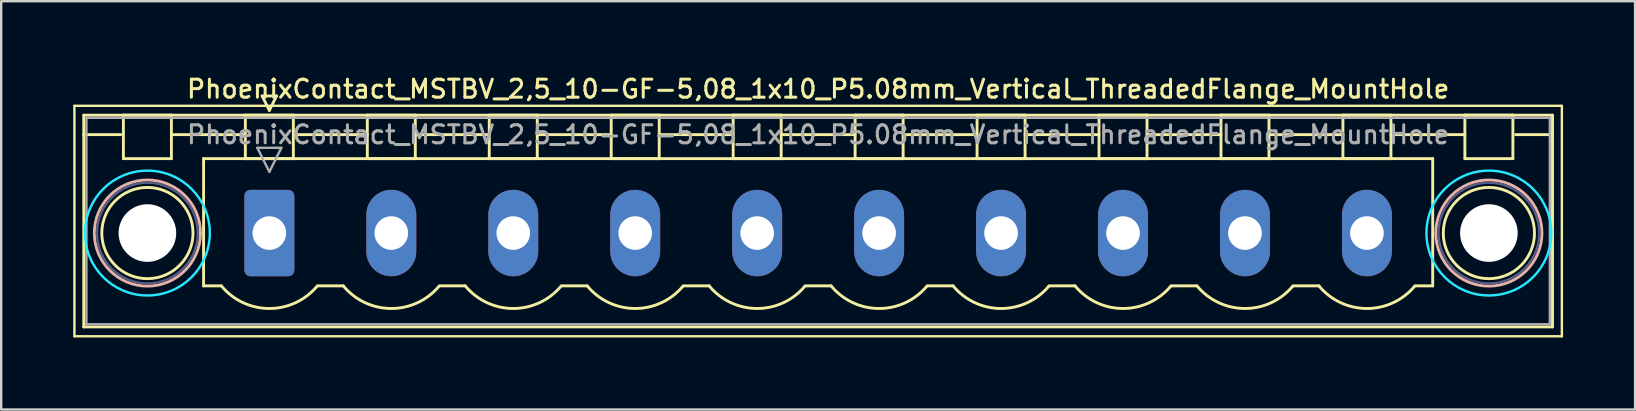
<source format=kicad_pcb>
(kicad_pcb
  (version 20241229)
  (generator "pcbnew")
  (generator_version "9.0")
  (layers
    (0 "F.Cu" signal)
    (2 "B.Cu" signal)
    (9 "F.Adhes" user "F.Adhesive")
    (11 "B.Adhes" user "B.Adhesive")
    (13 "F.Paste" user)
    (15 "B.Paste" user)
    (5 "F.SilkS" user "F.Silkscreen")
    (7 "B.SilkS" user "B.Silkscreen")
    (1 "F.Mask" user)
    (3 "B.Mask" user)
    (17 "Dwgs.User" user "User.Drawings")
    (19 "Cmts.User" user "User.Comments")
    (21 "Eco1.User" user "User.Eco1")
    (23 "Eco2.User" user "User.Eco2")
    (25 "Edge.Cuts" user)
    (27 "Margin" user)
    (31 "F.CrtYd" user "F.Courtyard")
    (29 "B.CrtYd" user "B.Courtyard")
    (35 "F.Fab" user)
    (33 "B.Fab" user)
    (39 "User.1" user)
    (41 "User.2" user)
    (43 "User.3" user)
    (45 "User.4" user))
  (footprint "PhoenixContact_MSTBV_2,5_10-GF-5,08_1x10_P5.08mm_Vertical_ThreadedFlange_MountHole"
    (layer "F.Cu")
    (at 8.17 6.658)
    (property "Reference" "PhoenixContact_MSTBV_2,5_10-GF-5,08_1x10_P5.08mm_Vertical_ThreadedFlange_MountHole" (at 22.86 -6 0) (layer "F.SilkS") (effects (font (size 0.75 0.75) (thickness 0.125))))
    (attr through_hole)
    (fp_line (start -8.12 -5.3) (end -8.12 4.3) (stroke (width 0.1) (type solid)) (layer "F.SilkS"))
    (fp_line (start -8.12 4.3) (end 53.84 4.3) (stroke (width 0.1) (type solid)) (layer "F.SilkS"))
    (fp_line (start -7.73 -4.91) (end -7.73 3.91) (stroke (width 0.12) (type solid)) (layer "F.SilkS"))
    (fp_line (start -7.73 -4.1) (end -6.19 -4.1) (stroke (width 0.12) (type solid)) (layer "F.SilkS"))
    (fp_line (start -7.73 3.91) (end 53.45 3.91) (stroke (width 0.12) (type solid)) (layer "F.SilkS"))
    (fp_line (start -6.08 -4.91) (end -4.08 -4.91) (stroke (width 0.12) (type solid)) (layer "F.SilkS"))
    (fp_line (start -6.08 -3.1) (end -6.08 -4.91) (stroke (width 0.12) (type solid)) (layer "F.SilkS"))
    (fp_line (start -4.08 -4.91) (end -4.08 -3.1) (stroke (width 0.12) (type solid)) (layer "F.SilkS"))
    (fp_line (start -4.08 -4.1) (end -1 -4.1) (stroke (width 0.12) (type solid)) (layer "F.SilkS"))
    (fp_line (start -4.08 -3.1) (end -6.08 -3.1) (stroke (width 0.12) (type solid)) (layer "F.SilkS"))
    (fp_line (start -2.74 -3.1) (end 48.46 -3.1) (stroke (width 0.12) (type solid)) (layer "F.SilkS"))
    (fp_line (start -2.74 2.2) (end -2.74 -3.1) (stroke (width 0.12) (type solid)) (layer "F.SilkS"))
    (fp_line (start -2 2.2) (end -2.74 2.2) (stroke (width 0.12) (type solid)) (layer "F.SilkS"))
    (fp_line (start -1 -4.91) (end 1 -4.91) (stroke (width 0.12) (type solid)) (layer "F.SilkS"))
    (fp_line (start -1 -3.1) (end -1 -4.91) (stroke (width 0.12) (type solid)) (layer "F.SilkS"))
    (fp_line (start -0.3 -5.71) (end 0.3 -5.71) (stroke (width 0.12) (type solid)) (layer "F.SilkS"))
    (fp_line (start 0 -5.11) (end -0.3 -5.71) (stroke (width 0.12) (type solid)) (layer "F.SilkS"))
    (fp_line (start 0.3 -5.71) (end 0 -5.11) (stroke (width 0.12) (type solid)) (layer "F.SilkS"))
    (fp_line (start 1 -4.91) (end 1 -3.1) (stroke (width 0.12) (type solid)) (layer "F.SilkS"))
    (fp_line (start 1 -4.1) (end 4.08 -4.1) (stroke (width 0.12) (type solid)) (layer "F.SilkS"))
    (fp_line (start 1 -3.1) (end -1 -3.1) (stroke (width 0.12) (type solid)) (layer "F.SilkS"))
    (fp_line (start 2 2.2) (end 3.08 2.2) (stroke (width 0.12) (type solid)) (layer "F.SilkS"))
    (fp_line (start 4.08 -4.91) (end 6.08 -4.91) (stroke (width 0.12) (type solid)) (layer "F.SilkS"))
    (fp_line (start 4.08 -3.1) (end 4.08 -4.91) (stroke (width 0.12) (type solid)) (layer "F.SilkS"))
    (fp_line (start 6.08 -4.91) (end 6.08 -3.1) (stroke (width 0.12) (type solid)) (layer "F.SilkS"))
    (fp_line (start 6.08 -4.1) (end 9.16 -4.1) (stroke (width 0.12) (type solid)) (layer "F.SilkS"))
    (fp_line (start 6.08 -3.1) (end 4.08 -3.1) (stroke (width 0.12) (type solid)) (layer "F.SilkS"))
    (fp_line (start 7.08 2.2) (end 8.16 2.2) (stroke (width 0.12) (type solid)) (layer "F.SilkS"))
    (fp_line (start 9.16 -4.91) (end 11.16 -4.91) (stroke (width 0.12) (type solid)) (layer "F.SilkS"))
    (fp_line (start 9.16 -3.1) (end 9.16 -4.91) (stroke (width 0.12) (type solid)) (layer "F.SilkS"))
    (fp_line (start 11.16 -4.91) (end 11.16 -3.1) (stroke (width 0.12) (type solid)) (layer "F.SilkS"))
    (fp_line (start 11.16 -4.1) (end 14.24 -4.1) (stroke (width 0.12) (type solid)) (layer "F.SilkS"))
    (fp_line (start 11.16 -3.1) (end 9.16 -3.1) (stroke (width 0.12) (type solid)) (layer "F.SilkS"))
    (fp_line (start 12.16 2.2) (end 13.24 2.2) (stroke (width 0.12) (type solid)) (layer "F.SilkS"))
    (fp_line (start 14.24 -4.91) (end 16.24 -4.91) (stroke (width 0.12) (type solid)) (layer "F.SilkS"))
    (fp_line (start 14.24 -3.1) (end 14.24 -4.91) (stroke (width 0.12) (type solid)) (layer "F.SilkS"))
    (fp_line (start 16.24 -4.91) (end 16.24 -3.1) (stroke (width 0.12) (type solid)) (layer "F.SilkS"))
    (fp_line (start 16.24 -4.1) (end 19.32 -4.1) (stroke (width 0.12) (type solid)) (layer "F.SilkS"))
    (fp_line (start 16.24 -3.1) (end 14.24 -3.1) (stroke (width 0.12) (type solid)) (layer "F.SilkS"))
    (fp_line (start 17.24 2.2) (end 18.32 2.2) (stroke (width 0.12) (type solid)) (layer "F.SilkS"))
    (fp_line (start 19.32 -4.91) (end 21.32 -4.91) (stroke (width 0.12) (type solid)) (layer "F.SilkS"))
    (fp_line (start 19.32 -3.1) (end 19.32 -4.91) (stroke (width 0.12) (type solid)) (layer "F.SilkS"))
    (fp_line (start 21.32 -4.91) (end 21.32 -3.1) (stroke (width 0.12) (type solid)) (layer "F.SilkS"))
    (fp_line (start 21.32 -4.1) (end 24.4 -4.1) (stroke (width 0.12) (type solid)) (layer "F.SilkS"))
    (fp_line (start 21.32 -3.1) (end 19.32 -3.1) (stroke (width 0.12) (type solid)) (layer "F.SilkS"))
    (fp_line (start 22.32 2.2) (end 23.4 2.2) (stroke (width 0.12) (type solid)) (layer "F.SilkS"))
    (fp_line (start 24.4 -4.91) (end 26.4 -4.91) (stroke (width 0.12) (type solid)) (layer "F.SilkS"))
    (fp_line (start 24.4 -3.1) (end 24.4 -4.91) (stroke (width 0.12) (type solid)) (layer "F.SilkS"))
    (fp_line (start 26.4 -4.91) (end 26.4 -3.1) (stroke (width 0.12) (type solid)) (layer "F.SilkS"))
    (fp_line (start 26.4 -4.1) (end 29.48 -4.1) (stroke (width 0.12) (type solid)) (layer "F.SilkS"))
    (fp_line (start 26.4 -3.1) (end 24.4 -3.1) (stroke (width 0.12) (type solid)) (layer "F.SilkS"))
    (fp_line (start 27.4 2.2) (end 28.48 2.2) (stroke (width 0.12) (type solid)) (layer "F.SilkS"))
    (fp_line (start 29.48 -4.91) (end 31.48 -4.91) (stroke (width 0.12) (type solid)) (layer "F.SilkS"))
    (fp_line (start 29.48 -3.1) (end 29.48 -4.91) (stroke (width 0.12) (type solid)) (layer "F.SilkS"))
    (fp_line (start 31.48 -4.91) (end 31.48 -3.1) (stroke (width 0.12) (type solid)) (layer "F.SilkS"))
    (fp_line (start 31.48 -4.1) (end 34.56 -4.1) (stroke (width 0.12) (type solid)) (layer "F.SilkS"))
    (fp_line (start 31.48 -3.1) (end 29.48 -3.1) (stroke (width 0.12) (type solid)) (layer "F.SilkS"))
    (fp_line (start 32.48 2.2) (end 33.56 2.2) (stroke (width 0.12) (type solid)) (layer "F.SilkS"))
    (fp_line (start 34.56 -4.91) (end 36.56 -4.91) (stroke (width 0.12) (type solid)) (layer "F.SilkS"))
    (fp_line (start 34.56 -3.1) (end 34.56 -4.91) (stroke (width 0.12) (type solid)) (layer "F.SilkS"))
    (fp_line (start 36.56 -4.91) (end 36.56 -3.1) (stroke (width 0.12) (type solid)) (layer "F.SilkS"))
    (fp_line (start 36.56 -4.1) (end 39.64 -4.1) (stroke (width 0.12) (type solid)) (layer "F.SilkS"))
    (fp_line (start 36.56 -3.1) (end 34.56 -3.1) (stroke (width 0.12) (type solid)) (layer "F.SilkS"))
    (fp_line (start 37.56 2.2) (end 38.64 2.2) (stroke (width 0.12) (type solid)) (layer "F.SilkS"))
    (fp_line (start 39.64 -4.91) (end 41.64 -4.91) (stroke (width 0.12) (type solid)) (layer "F.SilkS"))
    (fp_line (start 39.64 -3.1) (end 39.64 -4.91) (stroke (width 0.12) (type solid)) (layer "F.SilkS"))
    (fp_line (start 41.64 -4.91) (end 41.64 -3.1) (stroke (width 0.12) (type solid)) (layer "F.SilkS"))
    (fp_line (start 41.64 -4.1) (end 44.72 -4.1) (stroke (width 0.12) (type solid)) (layer "F.SilkS"))
    (fp_line (start 41.64 -3.1) (end 39.64 -3.1) (stroke (width 0.12) (type solid)) (layer "F.SilkS"))
    (fp_line (start 42.64 2.2) (end 43.72 2.2) (stroke (width 0.12) (type solid)) (layer "F.SilkS"))
    (fp_line (start 44.72 -4.91) (end 46.72 -4.91) (stroke (width 0.12) (type solid)) (layer "F.SilkS"))
    (fp_line (start 44.72 -3.1) (end 44.72 -4.91) (stroke (width 0.12) (type solid)) (layer "F.SilkS"))
    (fp_line (start 46.72 -4.91) (end 46.72 -3.1) (stroke (width 0.12) (type solid)) (layer "F.SilkS"))
    (fp_line (start 46.72 -4.1) (end 49.8 -4.1) (stroke (width 0.12) (type solid)) (layer "F.SilkS"))
    (fp_line (start 46.72 -3.1) (end 44.72 -3.1) (stroke (width 0.12) (type solid)) (layer "F.SilkS"))
    (fp_line (start 48.46 -3.1) (end 48.46 2.2) (stroke (width 0.12) (type solid)) (layer "F.SilkS"))
    (fp_line (start 48.46 2.2) (end 47.72 2.2) (stroke (width 0.12) (type solid)) (layer "F.SilkS"))
    (fp_line (start 49.8 -4.91) (end 51.8 -4.91) (stroke (width 0.12) (type solid)) (layer "F.SilkS"))
    (fp_line (start 49.8 -3.1) (end 49.8 -4.91) (stroke (width 0.12) (type solid)) (layer "F.SilkS"))
    (fp_line (start 51.8 -4.91) (end 51.8 -3.1) (stroke (width 0.12) (type solid)) (layer "F.SilkS"))
    (fp_line (start 51.8 -3.1) (end 49.8 -3.1) (stroke (width 0.12) (type solid)) (layer "F.SilkS"))
    (fp_line (start 53.45 -4.91) (end -7.73 -4.91) (stroke (width 0.12) (type solid)) (layer "F.SilkS"))
    (fp_line (start 53.45 -4.1) (end 51.91 -4.1) (stroke (width 0.12) (type solid)) (layer "F.SilkS"))
    (fp_line (start 53.45 3.91) (end 53.45 -4.91) (stroke (width 0.12) (type solid)) (layer "F.SilkS"))
    (fp_line (start 53.84 -5.3) (end -8.12 -5.3) (stroke (width 0.1) (type solid)) (layer "F.SilkS"))
    (fp_line (start 53.84 4.3) (end 53.84 -5.3) (stroke (width 0.1) (type solid)) (layer "F.SilkS"))
    (fp_arc (start 1.986842 2.215821) (mid -0.010289 3.142758) (end -2 2.2) (stroke (width 0.12) (type solid)) (layer "F.SilkS"))
    (fp_arc (start 7.066842 2.215821) (mid 5.069711 3.142758) (end 3.08 2.2) (stroke (width 0.12) (type solid)) (layer "F.SilkS"))
    (fp_arc (start 12.146842 2.215821) (mid 10.149711 3.142758) (end 8.16 2.2) (stroke (width 0.12) (type solid)) (layer "F.SilkS"))
    (fp_arc (start 17.226842 2.215821) (mid 15.229711 3.142758) (end 13.24 2.2) (stroke (width 0.12) (type solid)) (layer "F.SilkS"))
    (fp_arc (start 22.306842 2.215821) (mid 20.309711 3.142758) (end 18.32 2.2) (stroke (width 0.12) (type solid)) (layer "F.SilkS"))
    (fp_arc (start 27.386842 2.215821) (mid 25.389711 3.142758) (end 23.4 2.2) (stroke (width 0.12) (type solid)) (layer "F.SilkS"))
    (fp_arc (start 32.466842 2.215821) (mid 30.469711 3.142758) (end 28.48 2.2) (stroke (width 0.12) (type solid)) (layer "F.SilkS"))
    (fp_arc (start 37.546842 2.215821) (mid 35.549711 3.142758) (end 33.56 2.2) (stroke (width 0.12) (type solid)) (layer "F.SilkS"))
    (fp_arc (start 42.626842 2.215821) (mid 40.629711 3.142758) (end 38.64 2.2) (stroke (width 0.12) (type solid)) (layer "F.SilkS"))
    (fp_arc (start 47.706842 2.215821) (mid 45.709711 3.142758) (end 43.72 2.2) (stroke (width 0.12) (type solid)) (layer "F.SilkS"))
    (fp_circle (center -5.08 0) (end -3.18 0) (stroke (width 0.12) (type solid)) (fill no) (layer "F.SilkS"))
    (fp_circle (center 50.8 0) (end 52.7 0) (stroke (width 0.12) (type solid)) (fill no) (layer "F.SilkS"))
    (fp_circle (center -5.08 0) (end -2.87 0) (stroke (width 0.12) (type solid)) (fill no) (layer "B.SilkS"))
    (fp_circle (center 50.8 0) (end 53.01 0) (stroke (width 0.12) (type solid)) (fill no) (layer "B.SilkS"))
    (fp_circle (center -5.08 0) (end -2.48 0) (stroke (width 0.1) (type solid)) (fill no) (layer "B.CrtYd"))
    (fp_circle (center 50.8 0) (end 53.4 0) (stroke (width 0.1) (type solid)) (fill no) (layer "B.CrtYd"))
    (fp_circle (center -5.08 0) (end -2.98 0) (stroke (width 0.1) (type solid)) (fill no) (layer "B.Fab"))
    (fp_circle (center 50.8 0) (end 52.9 0) (stroke (width 0.1) (type solid)) (fill no) (layer "B.Fab"))
    (fp_line (start -7.62 -4.8) (end -7.62 3.8) (stroke (width 0.1) (type solid)) (layer "F.Fab"))
    (fp_line (start -7.62 3.8) (end 53.34 3.8) (stroke (width 0.1) (type solid)) (layer "F.Fab"))
    (fp_line (start -0.5 -3.55) (end 0.5 -3.55) (stroke (width 0.1) (type solid)) (layer "F.Fab"))
    (fp_line (start 0 -2.55) (end -0.5 -3.55) (stroke (width 0.1) (type solid)) (layer "F.Fab"))
    (fp_line (start 0.5 -3.55) (end 0 -2.55) (stroke (width 0.1) (type solid)) (layer "F.Fab"))
    (fp_line (start 53.34 -4.8) (end -7.62 -4.8) (stroke (width 0.1) (type solid)) (layer "F.Fab"))
    (fp_line (start 53.34 3.8) (end 53.34 -4.8) (stroke (width 0.1) (type solid)) (layer "F.Fab"))
    (fp_text user "${REFERENCE}" (at 22.86 -4.1 0) (layer "F.Fab") (effects (font (size 0.75 0.75) (thickness 0.125))))
    (pad "" np_thru_hole circle (at -5.08 0) (size 2.4 2.4) (drill 2.4) (layers "*.Cu" "*.Mask"))
    (pad "" np_thru_hole circle (at 50.8 0) (size 2.4 2.4) (drill 2.4) (layers "*.Cu" "*.Mask"))
    (pad "1" thru_hole roundrect (at 0 0) (size 2.08 3.6) (drill 1.4) (layers "*.Cu" "*.Mask") (roundrect_rratio 0.12))
    (pad "2" thru_hole oval (at 5.08 0) (size 2.08 3.6) (drill 1.4) (layers "*.Cu" "*.Mask"))
    (pad "3" thru_hole oval (at 10.16 0) (size 2.08 3.6) (drill 1.4) (layers "*.Cu" "*.Mask"))
    (pad "4" thru_hole oval (at 15.24 0) (size 2.08 3.6) (drill 1.4) (layers "*.Cu" "*.Mask"))
    (pad "5" thru_hole oval (at 20.32 0) (size 2.08 3.6) (drill 1.4) (layers "*.Cu" "*.Mask"))
    (pad "6" thru_hole oval (at 25.4 0) (size 2.08 3.6) (drill 1.4) (layers "*.Cu" "*.Mask"))
    (pad "7" thru_hole oval (at 30.48 0) (size 2.08 3.6) (drill 1.4) (layers "*.Cu" "*.Mask"))
    (pad "8" thru_hole oval (at 35.56 0) (size 2.08 3.6) (drill 1.4) (layers "*.Cu" "*.Mask"))
    (pad "9" thru_hole oval (at 40.64 0) (size 2.08 3.6) (drill 1.4) (layers "*.Cu" "*.Mask"))
    (pad "10" thru_hole oval (at 45.72 0) (size 2.08 3.6) (drill 1.4) (layers "*.Cu" "*.Mask")))
  (gr_rect
    (start -3 -3)
    (end 65.06 14.008)
    (stroke (width 0.1) (type default))
    (fill no)
    (layer "Edge.Cuts")))
</source>
